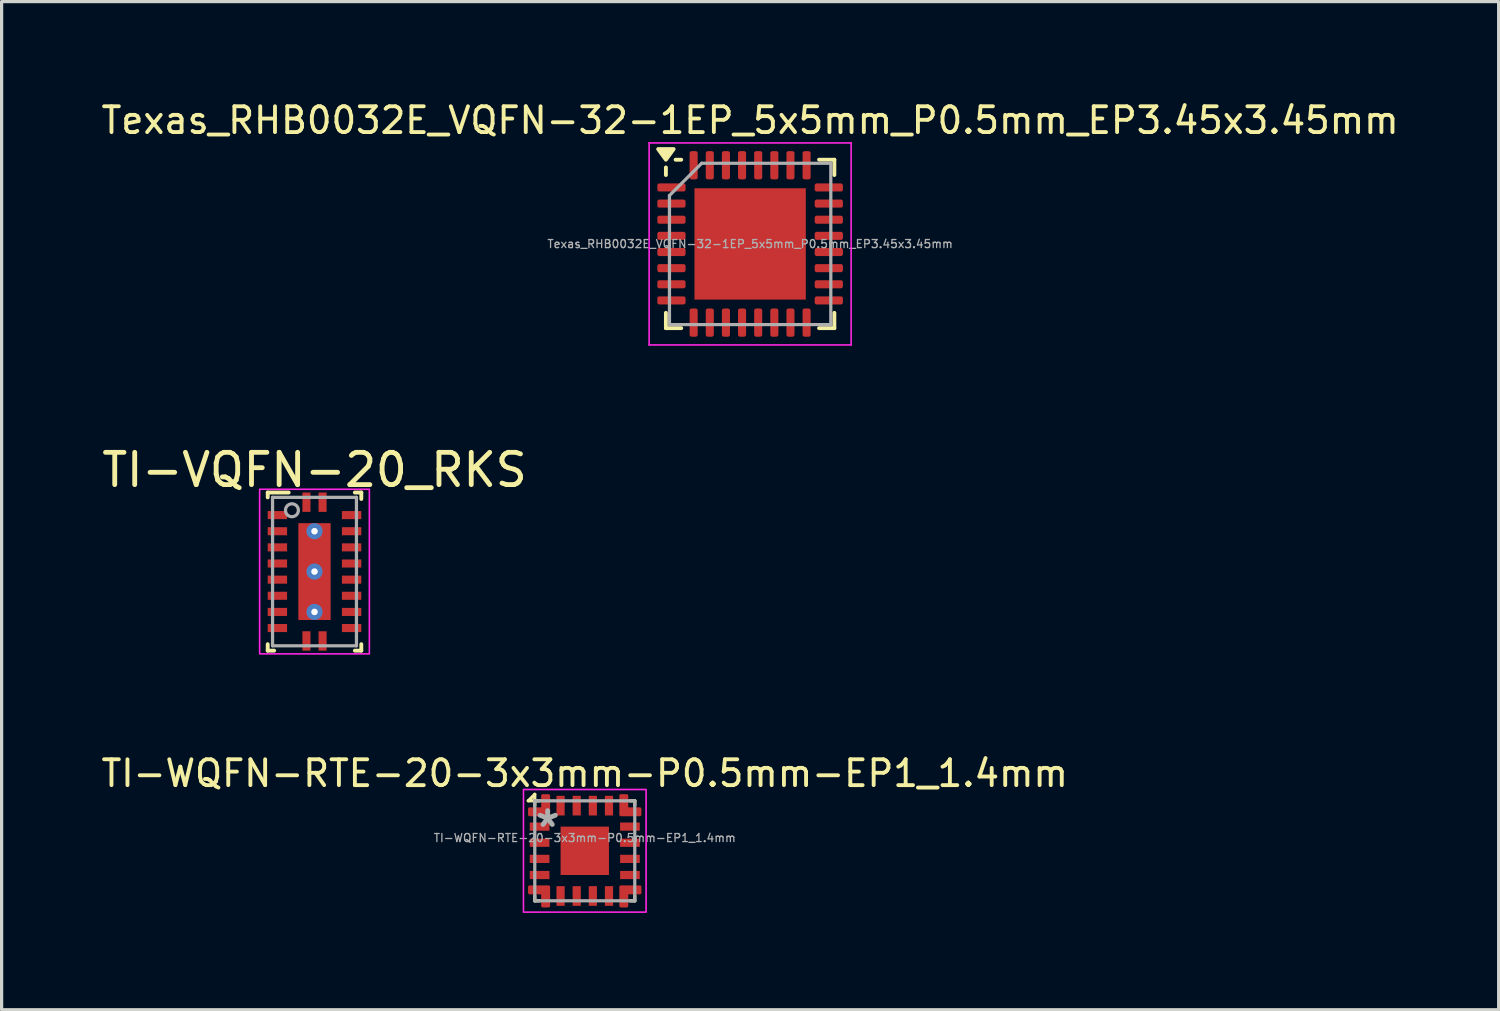
<source format=kicad_pcb>
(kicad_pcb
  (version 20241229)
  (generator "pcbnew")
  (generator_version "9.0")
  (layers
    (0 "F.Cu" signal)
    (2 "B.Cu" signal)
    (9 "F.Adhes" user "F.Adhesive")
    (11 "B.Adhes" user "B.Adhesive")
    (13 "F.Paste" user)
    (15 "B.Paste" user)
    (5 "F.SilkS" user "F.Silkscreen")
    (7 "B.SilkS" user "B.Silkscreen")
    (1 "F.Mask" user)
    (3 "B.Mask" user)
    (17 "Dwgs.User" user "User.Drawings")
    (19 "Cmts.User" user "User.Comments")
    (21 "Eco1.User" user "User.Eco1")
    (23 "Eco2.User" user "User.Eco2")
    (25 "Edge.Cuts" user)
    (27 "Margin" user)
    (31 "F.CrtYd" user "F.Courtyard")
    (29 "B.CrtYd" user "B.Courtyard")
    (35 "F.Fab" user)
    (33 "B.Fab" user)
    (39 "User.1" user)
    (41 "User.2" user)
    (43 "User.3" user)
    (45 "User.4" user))
  (footprint "TI-VQFN-20_RKS"
    (layer "F.Cu")
    (at 6.696 14.662)
    (property "Reference" "TI-VQFN-20_RKS" (at 0 -3.15 0) (layer "F.SilkS") (effects (font (size 1 1) (thickness 0.15))))
    (attr through_hole)
    (fp_line (start -1.45 2.45) (end -1.45 2.25) (stroke (width 0.12) (type solid)) (layer "F.SilkS"))
    (fp_line (start -1.45 2.45) (end -1.25 2.45) (stroke (width 0.12) (type solid)) (layer "F.SilkS"))
    (fp_line (start -1.45 -2.45) (end -0.8 -2.45) (stroke (width 0.12) (type solid)) (layer "F.SilkS"))
    (fp_line (start -1.45 -2.3) (end -1.45 -2.45) (stroke (width 0.12) (type solid)) (layer "F.SilkS"))
    (fp_line (start 1.25 -2.45) (end 1.45 -2.45) (stroke (width 0.12) (type solid)) (layer "F.SilkS"))
    (fp_line (start 1.25 2.45) (end 1.45 2.45) (stroke (width 0.12) (type solid)) (layer "F.SilkS"))
    (fp_line (start 1.45 -2.25) (end 1.45 -2.45) (stroke (width 0.12) (type solid)) (layer "F.SilkS"))
    (fp_line (start 1.45 2.45) (end 1.45 2.25) (stroke (width 0.12) (type solid)) (layer "F.SilkS"))
    (fp_rect (start -0.4 -1.2) (end 0.4 -0.2) (stroke (width 0.1) (type solid)) (fill yes) (layer "F.Paste"))
    (fp_rect (start -0.4 0.2) (end 0.4 1.2) (stroke (width 0.1) (type solid)) (fill yes) (layer "F.Paste"))
    (fp_rect (start -1.7 -2.55) (end 1.7 2.55) (stroke (width 0.05) (type default)) (fill no) (layer "F.CrtYd"))
    (fp_line (start -1.3 -2.3) (end -1.3 2.3) (stroke (width 0.1) (type solid)) (layer "F.Fab"))
    (fp_line (start -1.3 -2.3) (end 1.3 -2.3) (stroke (width 0.1) (type solid)) (layer "F.Fab"))
    (fp_line (start -1.3 2.3) (end 1.3 2.3) (stroke (width 0.1) (type solid)) (layer "F.Fab"))
    (fp_line (start 1.3 -2.3) (end 1.3 2.3) (stroke (width 0.1) (type solid)) (layer "F.Fab"))
    (fp_circle (center -0.7 -1.9) (end -0.5 -1.9) (stroke (width 0.1) (type solid)) (fill no) (layer "F.Fab"))
    (pad "1" smd rect (at -0.25 -2.15) (size 0.25 0.6) (layers "F.Cu" "F.Mask" "F.Paste"))
    (pad "2" smd rect (at -1.15 -1.75 90) (size 0.25 0.6) (layers "F.Cu" "F.Mask" "F.Paste"))
    (pad "3" smd rect (at -1.15 -1.25 90) (size 0.25 0.6) (layers "F.Cu" "F.Mask" "F.Paste"))
    (pad "4" smd rect (at -1.15 -0.75 90) (size 0.25 0.6) (layers "F.Cu" "F.Mask" "F.Paste"))
    (pad "5" smd rect (at -1.15 -0.25 90) (size 0.25 0.6) (layers "F.Cu" "F.Mask" "F.Paste"))
    (pad "6" smd rect (at -1.15 0.25 90) (size 0.25 0.6) (layers "F.Cu" "F.Mask" "F.Paste"))
    (pad "7" smd rect (at -1.15 0.75 90) (size 0.25 0.6) (layers "F.Cu" "F.Mask" "F.Paste"))
    (pad "8" smd rect (at -1.15 1.25 90) (size 0.25 0.6) (layers "F.Cu" "F.Mask" "F.Paste"))
    (pad "9" smd rect (at -1.15 1.75 90) (size 0.25 0.6) (layers "F.Cu" "F.Mask" "F.Paste"))
    (pad "10" smd rect (at -0.25 2.15) (size 0.25 0.6) (layers "F.Cu" "F.Mask" "F.Paste"))
    (pad "11" smd rect (at 0.25 2.15) (size 0.25 0.6) (layers "F.Cu" "F.Mask" "F.Paste"))
    (pad "12" smd rect (at 1.15 1.75 90) (size 0.25 0.6) (layers "F.Cu" "F.Mask" "F.Paste"))
    (pad "13" smd rect (at 1.15 1.25 90) (size 0.25 0.6) (layers "F.Cu" "F.Mask" "F.Paste"))
    (pad "14" smd rect (at 1.15 0.75 90) (size 0.25 0.6) (layers "F.Cu" "F.Mask" "F.Paste"))
    (pad "15" smd rect (at 1.15 0.25 90) (size 0.25 0.6) (layers "F.Cu" "F.Mask" "F.Paste"))
    (pad "16" smd rect (at 1.15 -0.25 90) (size 0.25 0.6) (layers "F.Cu" "F.Mask" "F.Paste"))
    (pad "17" smd rect (at 1.15 -0.75 90) (size 0.25 0.6) (layers "F.Cu" "F.Mask" "F.Paste"))
    (pad "18" smd rect (at 1.15 -1.25 90) (size 0.25 0.6) (layers "F.Cu" "F.Mask" "F.Paste"))
    (pad "19" smd rect (at 1.15 -1.75 90) (size 0.25 0.6) (layers "F.Cu" "F.Mask" "F.Paste"))
    (pad "20" smd rect (at 0.25 -2.15) (size 0.25 0.6) (layers "F.Cu" "F.Mask" "F.Paste"))
    (pad "21" smd rect (at 0 0 90) (size 3 1) (layers "F.Cu" "F.Mask"))
    (pad "V" thru_hole circle (at 0 -1.25) (size 0.5 0.5) (drill 0.203) (layers "*.Cu" "*.Mask"))
    (pad "V" thru_hole circle (at 0 0) (size 0.5 0.5) (drill 0.203) (layers "*.Cu" "*.Mask"))
    (pad "V" thru_hole circle (at 0 1.25) (size 0.5 0.5) (drill 0.203) (layers "*.Cu" "*.Mask")))
  (footprint "TI-WQFN-RTE-20-3x3mm-P0.5mm-EP1_1.4mm"
    (layer "F.Cu")
    (at 15.071 23.315)
    (property "Reference" "TI-WQFN-RTE-20-3x3mm-P0.5mm-EP1_1.4mm" (at 0 -2.4 0) (layer "F.SilkS") (effects (font (size 0.8 0.8) (thickness 0.12))))
    (attr smd)
    (fp_poly (pts (xy -1.301 -1.705) (xy -1.124 -1.705) (xy -1.124 -1.121) (xy -1.708 -1.121) (xy -1.708 -1.298) (xy -1.301 -1.298) (xy -1.301 -1.705)) (stroke (width 0.1) (type solid)) (fill yes) (layer "F.Cu"))
    (fp_poly (pts (xy -1.301 1.705) (xy -1.124 1.705) (xy -1.124 1.121) (xy -1.708 1.121) (xy -1.708 1.298) (xy -1.301 1.298) (xy -1.301 1.705)) (stroke (width 0.1) (type solid)) (fill yes) (layer "F.Cu"))
    (fp_poly (pts (xy 1.298 -1.705) (xy 1.121 -1.705) (xy 1.121 -1.121) (xy 1.705 -1.121) (xy 1.705 -1.298) (xy 1.298 -1.298) (xy 1.298 -1.705)) (stroke (width 0.1) (type solid)) (fill yes) (layer "F.Cu"))
    (fp_poly (pts (xy 1.298 1.705) (xy 1.121 1.705) (xy 1.121 1.121) (xy 1.705 1.121) (xy 1.705 1.298) (xy 1.298 1.298) (xy 1.298 1.705)) (stroke (width 0.1) (type solid)) (fill yes) (layer "F.Cu"))
    (fp_poly (pts (xy -1.301 -1.705) (xy -1.124 -1.705) (xy -1.124 -1.121) (xy -1.708 -1.121) (xy -1.708 -1.298) (xy -1.301 -1.298) (xy -1.301 -1.705)) (stroke (width 0.1) (type solid)) (fill yes) (layer "F.Mask"))
    (fp_poly (pts (xy -1.301 1.705) (xy -1.124 1.705) (xy -1.124 1.121) (xy -1.708 1.121) (xy -1.708 1.298) (xy -1.301 1.298) (xy -1.301 1.705)) (stroke (width 0.1) (type solid)) (fill yes) (layer "F.Mask"))
    (fp_poly (pts (xy 1.298 -1.705) (xy 1.121 -1.705) (xy 1.121 -1.121) (xy 1.705 -1.121) (xy 1.705 -1.298) (xy 1.298 -1.298) (xy 1.298 -1.705)) (stroke (width 0.1) (type solid)) (fill yes) (layer "F.Mask"))
    (fp_poly (pts (xy 1.298 1.705) (xy 1.121 1.705) (xy 1.121 1.121) (xy 1.705 1.121) (xy 1.705 1.298) (xy 1.298 1.298) (xy 1.298 1.705)) (stroke (width 0.1) (type solid)) (fill yes) (layer "F.Mask"))
    (fp_line (start -1.75 -1.55) (end -1.55 -1.55) (stroke (width 0.1) (type default)) (layer "F.SilkS"))
    (fp_line (start -1.55 -1.75) (end -1.75 -1.55) (stroke (width 0.1) (type default)) (layer "F.SilkS"))
    (fp_line (start -1.55 -1.55) (end -1.55 -1.75) (stroke (width 0.1) (type default)) (layer "F.SilkS"))
    (fp_line (start -1.55 -1.55) (end -1.55 -1.4) (stroke (width 0.1) (type default)) (layer "F.SilkS"))
    (fp_line (start -1.55 1.4) (end -1.55 1.55) (stroke (width 0.1) (type default)) (layer "F.SilkS"))
    (fp_line (start -1.55 1.55) (end -1.4 1.55) (stroke (width 0.1) (type default)) (layer "F.SilkS"))
    (fp_line (start -1.4 -1.55) (end -1.55 -1.55) (stroke (width 0.1) (type default)) (layer "F.SilkS"))
    (fp_line (start 1.4 1.55) (end 1.55 1.55) (stroke (width 0.1) (type default)) (layer "F.SilkS"))
    (fp_line (start 1.55 -1.55) (end 1.4 -1.55) (stroke (width 0.1) (type default)) (layer "F.SilkS"))
    (fp_line (start 1.55 -1.4) (end 1.55 -1.55) (stroke (width 0.1) (type default)) (layer "F.SilkS"))
    (fp_line (start 1.55 1.55) (end 1.55 1.4) (stroke (width 0.1) (type default)) (layer "F.SilkS"))
    (fp_rect (start -0.6 -0.6) (end 0.6 0.6) (stroke (width 0.1) (type solid)) (fill yes) (layer "F.Paste"))
    (fp_poly (pts (xy -1.301 -1.705) (xy -1.124 -1.705) (xy -1.124 -1.121) (xy -1.708 -1.121) (xy -1.708 -1.298) (xy -1.301 -1.298) (xy -1.301 -1.705)) (stroke (width 0.1) (type solid)) (fill yes) (layer "F.Paste"))
    (fp_poly (pts (xy -1.301 1.705) (xy -1.124 1.705) (xy -1.124 1.121) (xy -1.708 1.121) (xy -1.708 1.298) (xy -1.301 1.298) (xy -1.301 1.705)) (stroke (width 0.1) (type solid)) (fill yes) (layer "F.Paste"))
    (fp_poly (pts (xy 1.298 -1.705) (xy 1.121 -1.705) (xy 1.121 -1.121) (xy 1.705 -1.121) (xy 1.705 -1.298) (xy 1.298 -1.298) (xy 1.298 -1.705)) (stroke (width 0.1) (type solid)) (fill yes) (layer "F.Paste"))
    (fp_poly (pts (xy 1.298 1.705) (xy 1.121 1.705) (xy 1.121 1.121) (xy 1.705 1.121) (xy 1.705 1.298) (xy 1.298 1.298) (xy 1.298 1.705)) (stroke (width 0.1) (type solid)) (fill yes) (layer "F.Paste"))
    (fp_rect (start -1.9 -1.9) (end 1.9 1.9) (stroke (width 0.05) (type default)) (fill no) (layer "F.CrtYd"))
    (fp_line (start -1.549 -1.549) (end -1.549 1.549) (stroke (width 0.1) (type solid)) (layer "F.Fab"))
    (fp_line (start -1.549 1.549) (end 1.549 1.549) (stroke (width 0.1) (type solid)) (layer "F.Fab"))
    (fp_line (start 1.549 -1.549) (end -1.549 -1.549) (stroke (width 0.1) (type solid)) (layer "F.Fab"))
    (fp_line (start 1.549 1.549) (end 1.549 -1.549) (stroke (width 0.1) (type solid)) (layer "F.Fab"))
    (fp_text user "*" (at -1.15 -0.7 0) (layer "F.Fab") (effects (font (size 1 1) (thickness 0.15))))
    (fp_text user "${REFERENCE}" (at 0 -0.4 0) (layer "F.Fab") (effects (font (size 0.25 0.25) (thickness 0.04))))
    (pad "1" smd rect (at -1.4 -0.75) (size 0.61 0.254) (layers "F.Cu" "F.Mask" "F.Paste"))
    (pad "2" smd rect (at -1.4 -0.25) (size 0.61 0.254) (layers "F.Cu" "F.Mask" "F.Paste"))
    (pad "3" smd rect (at -1.4 0.25) (size 0.61 0.254) (layers "F.Cu" "F.Mask" "F.Paste"))
    (pad "4" smd rect (at -1.4 0.75) (size 0.61 0.254) (layers "F.Cu" "F.Mask" "F.Paste"))
    (pad "5" smd rect (at -1.505 1.209) (size 0.406 0.178) (layers "F.Cu" "F.Mask" "F.Paste"))
    (pad "6" smd rect (at -0.75 1.4 90) (size 0.61 0.254) (layers "F.Cu" "F.Mask" "F.Paste"))
    (pad "7" smd rect (at -0.25 1.4 90) (size 0.61 0.254) (layers "F.Cu" "F.Mask" "F.Paste"))
    (pad "8" smd rect (at 0.25 1.4 90) (size 0.61 0.254) (layers "F.Cu" "F.Mask" "F.Paste"))
    (pad "9" smd rect (at 0.75 1.4 90) (size 0.61 0.254) (layers "F.Cu" "F.Mask" "F.Paste"))
    (pad "10" smd rect (at 1.502 1.209) (size 0.406 0.178) (layers "F.Cu" "F.Mask" "F.Paste"))
    (pad "11" smd rect (at 1.4 0.75) (size 0.61 0.254) (layers "F.Cu" "F.Mask" "F.Paste"))
    (pad "12" smd rect (at 1.4 0.25) (size 0.61 0.254) (layers "F.Cu" "F.Mask" "F.Paste"))
    (pad "13" smd rect (at 1.4 -0.25) (size 0.61 0.254) (layers "F.Cu" "F.Mask" "F.Paste"))
    (pad "14" smd rect (at 1.4 -0.75) (size 0.61 0.254) (layers "F.Cu" "F.Mask" "F.Paste"))
    (pad "15" smd rect (at 1.502 -1.209) (size 0.406 0.178) (layers "F.Cu" "F.Mask" "F.Paste"))
    (pad "16" smd rect (at 0.75 -1.4 90) (size 0.61 0.254) (layers "F.Cu" "F.Mask" "F.Paste"))
    (pad "17" smd rect (at 0.25 -1.4 90) (size 0.61 0.254) (layers "F.Cu" "F.Mask" "F.Paste"))
    (pad "18" smd rect (at -0.25 -1.4 90) (size 0.61 0.254) (layers "F.Cu" "F.Mask" "F.Paste"))
    (pad "19" smd rect (at -0.75 -1.4 90) (size 0.61 0.254) (layers "F.Cu" "F.Mask" "F.Paste"))
    (pad "20" smd rect (at -1.505 -1.209) (size 0.406 0.178) (layers "F.Cu" "F.Mask" "F.Paste"))
    (pad "21" smd rect (at 0 0) (size 1.499 1.499) (layers "F.Cu" "F.Mask")))
  (footprint "Texas_RHB0032E_VQFN-32-1EP_5x5mm_P0.5mm_EP3.45x3.45mm"
    (layer "F.Cu")
    (at 20.195 4.509)
    (property "Reference" "Texas_RHB0032E_VQFN-32-1EP_5x5mm_P0.5mm_EP3.45x3.45mm" (at 0 -3.83 0) (layer "F.SilkS") (effects (font (size 0.8 0.8) (thickness 0.12))))
    (attr smd)
    (fp_line (start -2.61 -2.135) (end -2.61 -2.37) (stroke (width 0.12) (type solid)) (layer "F.SilkS"))
    (fp_line (start -2.61 2.61) (end -2.61 2.135) (stroke (width 0.12) (type solid)) (layer "F.SilkS"))
    (fp_line (start -2.135 -2.61) (end -2.31 -2.61) (stroke (width 0.12) (type solid)) (layer "F.SilkS"))
    (fp_line (start -2.135 2.61) (end -2.61 2.61) (stroke (width 0.12) (type solid)) (layer "F.SilkS"))
    (fp_line (start 2.135 -2.61) (end 2.61 -2.61) (stroke (width 0.12) (type solid)) (layer "F.SilkS"))
    (fp_line (start 2.135 2.61) (end 2.61 2.61) (stroke (width 0.12) (type solid)) (layer "F.SilkS"))
    (fp_line (start 2.61 -2.61) (end 2.61 -2.135) (stroke (width 0.12) (type solid)) (layer "F.SilkS"))
    (fp_line (start 2.61 2.61) (end 2.61 2.135) (stroke (width 0.12) (type solid)) (layer "F.SilkS"))
    (fp_poly (pts (xy -2.61 -2.61) (xy -2.85 -2.94) (xy -2.37 -2.94) (xy -2.61 -2.61)) (stroke (width 0.12) (type solid)) (fill yes) (layer "F.SilkS"))
    (fp_line (start -3.13 -3.13) (end -3.13 3.13) (stroke (width 0.05) (type solid)) (layer "F.CrtYd"))
    (fp_line (start -3.13 3.13) (end 3.13 3.13) (stroke (width 0.05) (type solid)) (layer "F.CrtYd"))
    (fp_line (start 3.13 -3.13) (end -3.13 -3.13) (stroke (width 0.05) (type solid)) (layer "F.CrtYd"))
    (fp_line (start 3.13 3.13) (end 3.13 -3.13) (stroke (width 0.05) (type solid)) (layer "F.CrtYd"))
    (fp_line (start -2.5 -1.5) (end -1.5 -2.5) (stroke (width 0.1) (type solid)) (layer "F.Fab"))
    (fp_line (start -2.5 2.5) (end -2.5 -1.5) (stroke (width 0.1) (type solid)) (layer "F.Fab"))
    (fp_line (start -1.5 -2.5) (end 2.5 -2.5) (stroke (width 0.1) (type solid)) (layer "F.Fab"))
    (fp_line (start 2.5 -2.5) (end 2.5 2.5) (stroke (width 0.1) (type solid)) (layer "F.Fab"))
    (fp_line (start 2.5 2.5) (end -2.5 2.5) (stroke (width 0.1) (type solid)) (layer "F.Fab"))
    (fp_text user "${REFERENCE}" (at 0 0 0) (layer "F.Fab") (effects (font (size 0.25 0.25) (thickness 0.04))))
    (pad "" smd roundrect (at -1.15 -1.15) (size 0.93 0.93) (layers "F.Paste") (roundrect_rratio 0.25))
    (pad "" smd roundrect (at -1.15 0) (size 0.93 0.93) (layers "F.Paste") (roundrect_rratio 0.25))
    (pad "" smd roundrect (at -1.15 1.15) (size 0.93 0.93) (layers "F.Paste") (roundrect_rratio 0.25))
    (pad "" smd roundrect (at 0 -1.15) (size 0.93 0.93) (layers "F.Paste") (roundrect_rratio 0.25))
    (pad "" smd roundrect (at 0 0) (size 0.93 0.93) (layers "F.Paste") (roundrect_rratio 0.25))
    (pad "" smd roundrect (at 0 1.15) (size 0.93 0.93) (layers "F.Paste") (roundrect_rratio 0.25))
    (pad "" smd roundrect (at 1.15 -1.15) (size 0.93 0.93) (layers "F.Paste") (roundrect_rratio 0.25))
    (pad "" smd roundrect (at 1.15 0) (size 0.93 0.93) (layers "F.Paste") (roundrect_rratio 0.25))
    (pad "" smd roundrect (at 1.15 1.15) (size 0.93 0.93) (layers "F.Paste") (roundrect_rratio 0.25))
    (pad "1" smd roundrect (at -2.438 -1.75) (size 0.875 0.25) (layers "F.Cu" "F.Mask" "F.Paste") (roundrect_rratio 0.25))
    (pad "2" smd roundrect (at -2.438 -1.25) (size 0.875 0.25) (layers "F.Cu" "F.Mask" "F.Paste") (roundrect_rratio 0.25))
    (pad "3" smd roundrect (at -2.438 -0.75) (size 0.875 0.25) (layers "F.Cu" "F.Mask" "F.Paste") (roundrect_rratio 0.25))
    (pad "4" smd roundrect (at -2.438 -0.25) (size 0.875 0.25) (layers "F.Cu" "F.Mask" "F.Paste") (roundrect_rratio 0.25))
    (pad "5" smd roundrect (at -2.438 0.25) (size 0.875 0.25) (layers "F.Cu" "F.Mask" "F.Paste") (roundrect_rratio 0.25))
    (pad "6" smd roundrect (at -2.438 0.75) (size 0.875 0.25) (layers "F.Cu" "F.Mask" "F.Paste") (roundrect_rratio 0.25))
    (pad "7" smd roundrect (at -2.438 1.25) (size 0.875 0.25) (layers "F.Cu" "F.Mask" "F.Paste") (roundrect_rratio 0.25))
    (pad "8" smd roundrect (at -2.438 1.75) (size 0.875 0.25) (layers "F.Cu" "F.Mask" "F.Paste") (roundrect_rratio 0.25))
    (pad "9" smd roundrect (at -1.75 2.438) (size 0.25 0.875) (layers "F.Cu" "F.Mask" "F.Paste") (roundrect_rratio 0.25))
    (pad "10" smd roundrect (at -1.25 2.438) (size 0.25 0.875) (layers "F.Cu" "F.Mask" "F.Paste") (roundrect_rratio 0.25))
    (pad "11" smd roundrect (at -0.75 2.438) (size 0.25 0.875) (layers "F.Cu" "F.Mask" "F.Paste") (roundrect_rratio 0.25))
    (pad "12" smd roundrect (at -0.25 2.438) (size 0.25 0.875) (layers "F.Cu" "F.Mask" "F.Paste") (roundrect_rratio 0.25))
    (pad "13" smd roundrect (at 0.25 2.438) (size 0.25 0.875) (layers "F.Cu" "F.Mask" "F.Paste") (roundrect_rratio 0.25))
    (pad "14" smd roundrect (at 0.75 2.438) (size 0.25 0.875) (layers "F.Cu" "F.Mask" "F.Paste") (roundrect_rratio 0.25))
    (pad "15" smd roundrect (at 1.25 2.438) (size 0.25 0.875) (layers "F.Cu" "F.Mask" "F.Paste") (roundrect_rratio 0.25))
    (pad "16" smd roundrect (at 1.75 2.438) (size 0.25 0.875) (layers "F.Cu" "F.Mask" "F.Paste") (roundrect_rratio 0.25))
    (pad "17" smd roundrect (at 2.438 1.75) (size 0.875 0.25) (layers "F.Cu" "F.Mask" "F.Paste") (roundrect_rratio 0.25))
    (pad "18" smd roundrect (at 2.438 1.25) (size 0.875 0.25) (layers "F.Cu" "F.Mask" "F.Paste") (roundrect_rratio 0.25))
    (pad "19" smd roundrect (at 2.438 0.75) (size 0.875 0.25) (layers "F.Cu" "F.Mask" "F.Paste") (roundrect_rratio 0.25))
    (pad "20" smd roundrect (at 2.438 0.25) (size 0.875 0.25) (layers "F.Cu" "F.Mask" "F.Paste") (roundrect_rratio 0.25))
    (pad "21" smd roundrect (at 2.438 -0.25) (size 0.875 0.25) (layers "F.Cu" "F.Mask" "F.Paste") (roundrect_rratio 0.25))
    (pad "22" smd roundrect (at 2.438 -0.75) (size 0.875 0.25) (layers "F.Cu" "F.Mask" "F.Paste") (roundrect_rratio 0.25))
    (pad "23" smd roundrect (at 2.438 -1.25) (size 0.875 0.25) (layers "F.Cu" "F.Mask" "F.Paste") (roundrect_rratio 0.25))
    (pad "24" smd roundrect (at 2.438 -1.75) (size 0.875 0.25) (layers "F.Cu" "F.Mask" "F.Paste") (roundrect_rratio 0.25))
    (pad "25" smd roundrect (at 1.75 -2.438) (size 0.25 0.875) (layers "F.Cu" "F.Mask" "F.Paste") (roundrect_rratio 0.25))
    (pad "26" smd roundrect (at 1.25 -2.438) (size 0.25 0.875) (layers "F.Cu" "F.Mask" "F.Paste") (roundrect_rratio 0.25))
    (pad "27" smd roundrect (at 0.75 -2.438) (size 0.25 0.875) (layers "F.Cu" "F.Mask" "F.Paste") (roundrect_rratio 0.25))
    (pad "28" smd roundrect (at 0.25 -2.438) (size 0.25 0.875) (layers "F.Cu" "F.Mask" "F.Paste") (roundrect_rratio 0.25))
    (pad "29" smd roundrect (at -0.25 -2.438) (size 0.25 0.875) (layers "F.Cu" "F.Mask" "F.Paste") (roundrect_rratio 0.25))
    (pad "30" smd roundrect (at -0.75 -2.438) (size 0.25 0.875) (layers "F.Cu" "F.Mask" "F.Paste") (roundrect_rratio 0.25))
    (pad "31" smd roundrect (at -1.25 -2.438) (size 0.25 0.875) (layers "F.Cu" "F.Mask" "F.Paste") (roundrect_rratio 0.25))
    (pad "32" smd roundrect (at -1.75 -2.438) (size 0.25 0.875) (layers "F.Cu" "F.Mask" "F.Paste") (roundrect_rratio 0.25))
    (pad "33" smd rect (at 0 0) (size 3.45 3.45) (property pad_prop_heatsink) (layers "F.Cu" "F.Mask")))
  (gr_rect
    (start -3 -3)
    (end 43.39 28.24)
    (stroke (width 0.1) (type default))
    (fill no)
    (layer "Edge.Cuts")))
</source>
